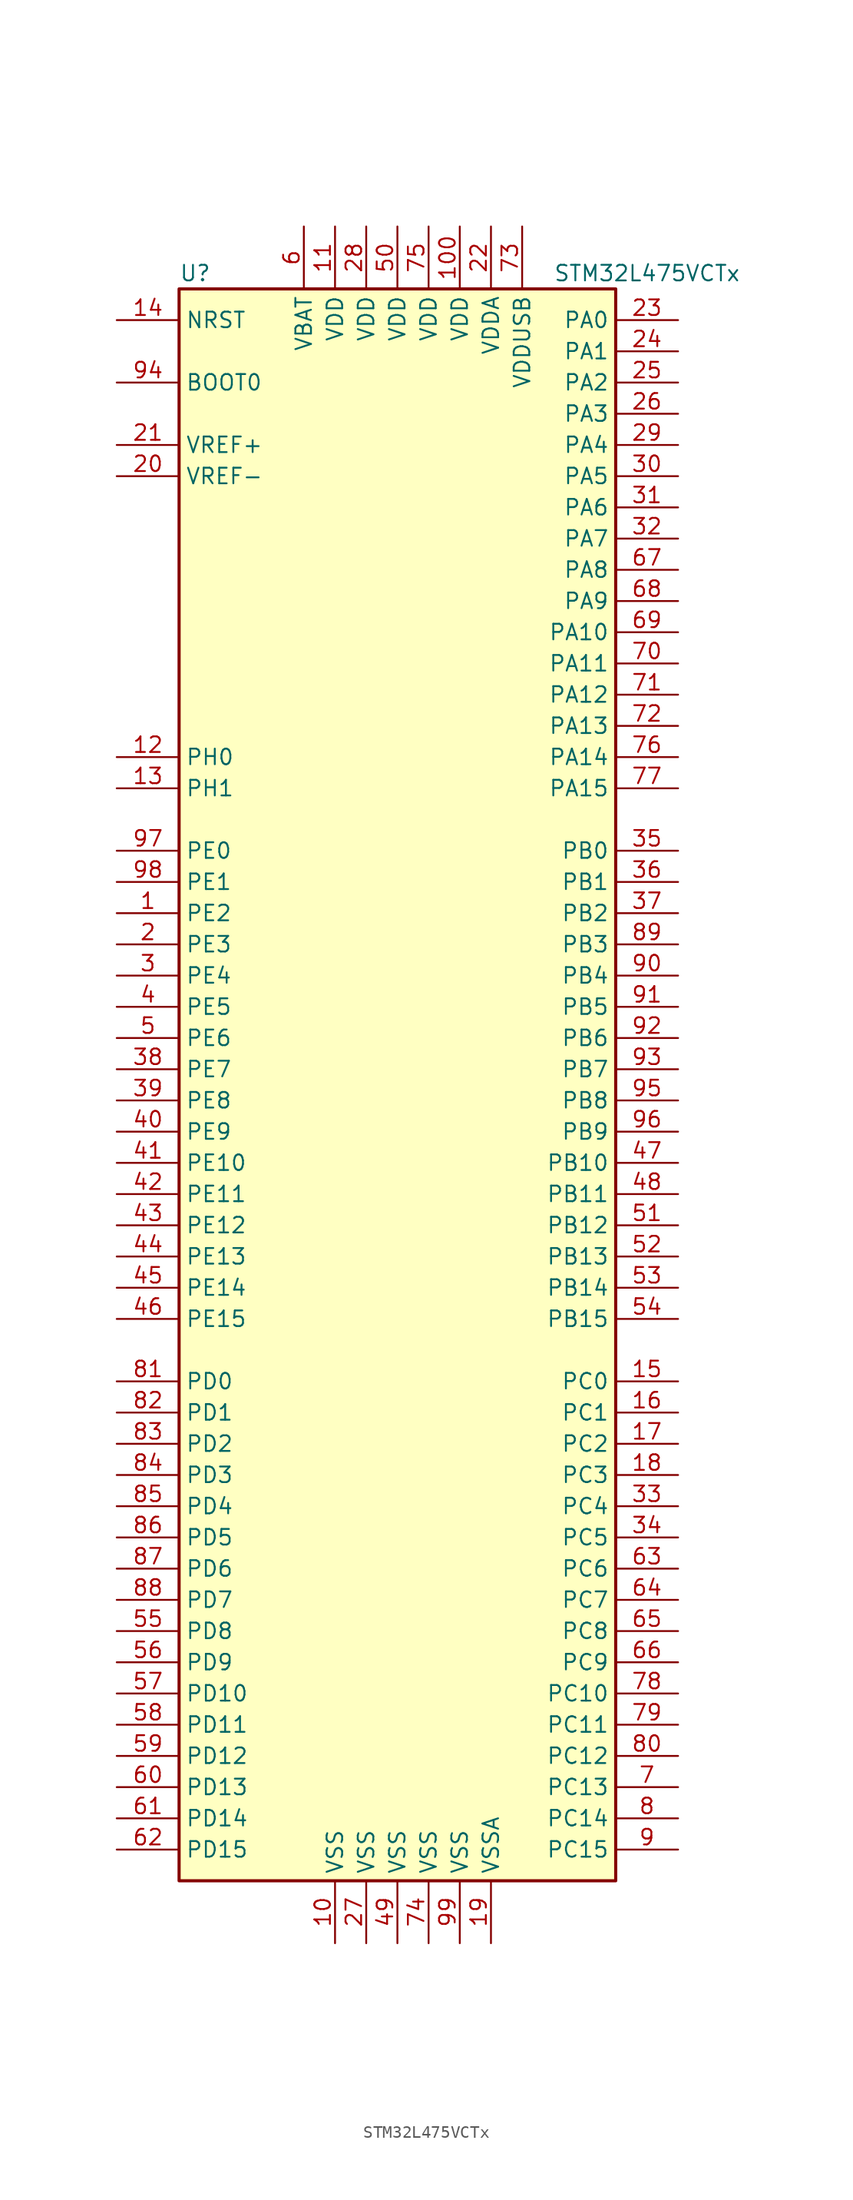
<source format=kicad_sym>
(kicad_symbol_lib
  (version 20220914)
  (generator kicad_symbol_editor)
  (symbol "STM32L475VCTx"
    (property "Reference" "U"
      (at -17.78 64.77 0)
      (effects (font (size 1.27 1.27)) (justify left)))
    (property "Value" "STM32L475VCTx"
      (at 12.7 64.77 0)
      (effects (font (size 1.27 1.27)) (justify left)))
    (symbol "STM32L475VCTx_0_1"
      (rectangle (start -17.78 -66.04) (end 17.78 63.5) (stroke (width 0.254) (type default)) (fill (type background))))
    (symbol "STM32L475VCTx_1_1"
      (pin bidirectional line (at -22.86 12.7 0) (length 5.08) (name "PE2" (effects (font (size 1.27 1.27)))) (number "1" (effects (font (size 1.27 1.27)))))
      (pin power_in line (at -5.08 -71.12 90) (length 5.08) (name "VSS" (effects (font (size 1.27 1.27)))) (number "10" (effects (font (size 1.27 1.27)))))
      (pin power_in line (at 5.08 68.58 270) (length 5.08) (name "VDD" (effects (font (size 1.27 1.27)))) (number "100" (effects (font (size 1.27 1.27)))))
      (pin power_in line (at -5.08 68.58 270) (length 5.08) (name "VDD" (effects (font (size 1.27 1.27)))) (number "11" (effects (font (size 1.27 1.27)))))
      (pin input line (at -22.86 25.4 0) (length 5.08) (name "PH0" (effects (font (size 1.27 1.27)))) (number "12" (effects (font (size 1.27 1.27)))))
      (pin input line (at -22.86 22.86 0) (length 5.08) (name "PH1" (effects (font (size 1.27 1.27)))) (number "13" (effects (font (size 1.27 1.27)))))
      (pin input line (at -22.86 60.96 0) (length 5.08) (name "NRST" (effects (font (size 1.27 1.27)))) (number "14" (effects (font (size 1.27 1.27)))))
      (pin bidirectional line (at 22.86 -25.4 180) (length 5.08) (name "PC0" (effects (font (size 1.27 1.27)))) (number "15" (effects (font (size 1.27 1.27)))))
      (pin bidirectional line (at 22.86 -27.94 180) (length 5.08) (name "PC1" (effects (font (size 1.27 1.27)))) (number "16" (effects (font (size 1.27 1.27)))))
      (pin bidirectional line (at 22.86 -30.48 180) (length 5.08) (name "PC2" (effects (font (size 1.27 1.27)))) (number "17" (effects (font (size 1.27 1.27)))))
      (pin bidirectional line (at 22.86 -33.02 180) (length 5.08) (name "PC3" (effects (font (size 1.27 1.27)))) (number "18" (effects (font (size 1.27 1.27)))))
      (pin power_in line (at 7.62 -71.12 90) (length 5.08) (name "VSSA" (effects (font (size 1.27 1.27)))) (number "19" (effects (font (size 1.27 1.27)))))
      (pin bidirectional line (at -22.86 10.16 0) (length 5.08) (name "PE3" (effects (font (size 1.27 1.27)))) (number "2" (effects (font (size 1.27 1.27)))))
      (pin power_in line (at -22.86 48.26 0) (length 5.08) (name "VREF-" (effects (font (size 1.27 1.27)))) (number "20" (effects (font (size 1.27 1.27)))))
      (pin bidirectional line (at -22.86 50.8 0) (length 5.08) (name "VREF+" (effects (font (size 1.27 1.27)))) (number "21" (effects (font (size 1.27 1.27)))))
      (pin power_in line (at 7.62 68.58 270) (length 5.08) (name "VDDA" (effects (font (size 1.27 1.27)))) (number "22" (effects (font (size 1.27 1.27)))))
      (pin bidirectional line (at 22.86 60.96 180) (length 5.08) (name "PA0" (effects (font (size 1.27 1.27)))) (number "23" (effects (font (size 1.27 1.27)))))
      (pin bidirectional line (at 22.86 58.42 180) (length 5.08) (name "PA1" (effects (font (size 1.27 1.27)))) (number "24" (effects (font (size 1.27 1.27)))))
      (pin bidirectional line (at 22.86 55.88 180) (length 5.08) (name "PA2" (effects (font (size 1.27 1.27)))) (number "25" (effects (font (size 1.27 1.27)))))
      (pin bidirectional line (at 22.86 53.34 180) (length 5.08) (name "PA3" (effects (font (size 1.27 1.27)))) (number "26" (effects (font (size 1.27 1.27)))))
      (pin power_in line (at -2.54 -71.12 90) (length 5.08) (name "VSS" (effects (font (size 1.27 1.27)))) (number "27" (effects (font (size 1.27 1.27)))))
      (pin power_in line (at -2.54 68.58 270) (length 5.08) (name "VDD" (effects (font (size 1.27 1.27)))) (number "28" (effects (font (size 1.27 1.27)))))
      (pin bidirectional line (at 22.86 50.8 180) (length 5.08) (name "PA4" (effects (font (size 1.27 1.27)))) (number "29" (effects (font (size 1.27 1.27)))))
      (pin bidirectional line (at -22.86 7.62 0) (length 5.08) (name "PE4" (effects (font (size 1.27 1.27)))) (number "3" (effects (font (size 1.27 1.27)))))
      (pin bidirectional line (at 22.86 48.26 180) (length 5.08) (name "PA5" (effects (font (size 1.27 1.27)))) (number "30" (effects (font (size 1.27 1.27)))))
      (pin bidirectional line (at 22.86 45.72 180) (length 5.08) (name "PA6" (effects (font (size 1.27 1.27)))) (number "31" (effects (font (size 1.27 1.27)))))
      (pin bidirectional line (at 22.86 43.18 180) (length 5.08) (name "PA7" (effects (font (size 1.27 1.27)))) (number "32" (effects (font (size 1.27 1.27)))))
      (pin bidirectional line (at 22.86 -35.56 180) (length 5.08) (name "PC4" (effects (font (size 1.27 1.27)))) (number "33" (effects (font (size 1.27 1.27)))))
      (pin bidirectional line (at 22.86 -38.1 180) (length 5.08) (name "PC5" (effects (font (size 1.27 1.27)))) (number "34" (effects (font (size 1.27 1.27)))))
      (pin bidirectional line (at 22.86 17.78 180) (length 5.08) (name "PB0" (effects (font (size 1.27 1.27)))) (number "35" (effects (font (size 1.27 1.27)))))
      (pin bidirectional line (at 22.86 15.24 180) (length 5.08) (name "PB1" (effects (font (size 1.27 1.27)))) (number "36" (effects (font (size 1.27 1.27)))))
      (pin bidirectional line (at 22.86 12.7 180) (length 5.08) (name "PB2" (effects (font (size 1.27 1.27)))) (number "37" (effects (font (size 1.27 1.27)))))
      (pin bidirectional line (at -22.86 0 0) (length 5.08) (name "PE7" (effects (font (size 1.27 1.27)))) (number "38" (effects (font (size 1.27 1.27)))))
      (pin bidirectional line (at -22.86 -2.54 0) (length 5.08) (name "PE8" (effects (font (size 1.27 1.27)))) (number "39" (effects (font (size 1.27 1.27)))))
      (pin bidirectional line (at -22.86 5.08 0) (length 5.08) (name "PE5" (effects (font (size 1.27 1.27)))) (number "4" (effects (font (size 1.27 1.27)))))
      (pin bidirectional line (at -22.86 -5.08 0) (length 5.08) (name "PE9" (effects (font (size 1.27 1.27)))) (number "40" (effects (font (size 1.27 1.27)))))
      (pin bidirectional line (at -22.86 -7.62 0) (length 5.08) (name "PE10" (effects (font (size 1.27 1.27)))) (number "41" (effects (font (size 1.27 1.27)))))
      (pin bidirectional line (at -22.86 -10.16 0) (length 5.08) (name "PE11" (effects (font (size 1.27 1.27)))) (number "42" (effects (font (size 1.27 1.27)))))
      (pin bidirectional line (at -22.86 -12.7 0) (length 5.08) (name "PE12" (effects (font (size 1.27 1.27)))) (number "43" (effects (font (size 1.27 1.27)))))
      (pin bidirectional line (at -22.86 -15.24 0) (length 5.08) (name "PE13" (effects (font (size 1.27 1.27)))) (number "44" (effects (font (size 1.27 1.27)))))
      (pin bidirectional line (at -22.86 -17.78 0) (length 5.08) (name "PE14" (effects (font (size 1.27 1.27)))) (number "45" (effects (font (size 1.27 1.27)))))
      (pin bidirectional line (at -22.86 -20.32 0) (length 5.08) (name "PE15" (effects (font (size 1.27 1.27)))) (number "46" (effects (font (size 1.27 1.27)))))
      (pin bidirectional line (at 22.86 -7.62 180) (length 5.08) (name "PB10" (effects (font (size 1.27 1.27)))) (number "47" (effects (font (size 1.27 1.27)))))
      (pin bidirectional line (at 22.86 -10.16 180) (length 5.08) (name "PB11" (effects (font (size 1.27 1.27)))) (number "48" (effects (font (size 1.27 1.27)))))
      (pin power_in line (at 0 -71.12 90) (length 5.08) (name "VSS" (effects (font (size 1.27 1.27)))) (number "49" (effects (font (size 1.27 1.27)))))
      (pin bidirectional line (at -22.86 2.54 0) (length 5.08) (name "PE6" (effects (font (size 1.27 1.27)))) (number "5" (effects (font (size 1.27 1.27)))))
      (pin power_in line (at 0 68.58 270) (length 5.08) (name "VDD" (effects (font (size 1.27 1.27)))) (number "50" (effects (font (size 1.27 1.27)))))
      (pin bidirectional line (at 22.86 -12.7 180) (length 5.08) (name "PB12" (effects (font (size 1.27 1.27)))) (number "51" (effects (font (size 1.27 1.27)))))
      (pin bidirectional line (at 22.86 -15.24 180) (length 5.08) (name "PB13" (effects (font (size 1.27 1.27)))) (number "52" (effects (font (size 1.27 1.27)))))
      (pin bidirectional line (at 22.86 -17.78 180) (length 5.08) (name "PB14" (effects (font (size 1.27 1.27)))) (number "53" (effects (font (size 1.27 1.27)))))
      (pin bidirectional line (at 22.86 -20.32 180) (length 5.08) (name "PB15" (effects (font (size 1.27 1.27)))) (number "54" (effects (font (size 1.27 1.27)))))
      (pin bidirectional line (at -22.86 -45.72 0) (length 5.08) (name "PD8" (effects (font (size 1.27 1.27)))) (number "55" (effects (font (size 1.27 1.27)))))
      (pin bidirectional line (at -22.86 -48.26 0) (length 5.08) (name "PD9" (effects (font (size 1.27 1.27)))) (number "56" (effects (font (size 1.27 1.27)))))
      (pin bidirectional line (at -22.86 -50.8 0) (length 5.08) (name "PD10" (effects (font (size 1.27 1.27)))) (number "57" (effects (font (size 1.27 1.27)))))
      (pin bidirectional line (at -22.86 -53.34 0) (length 5.08) (name "PD11" (effects (font (size 1.27 1.27)))) (number "58" (effects (font (size 1.27 1.27)))))
      (pin bidirectional line (at -22.86 -55.88 0) (length 5.08) (name "PD12" (effects (font (size 1.27 1.27)))) (number "59" (effects (font (size 1.27 1.27)))))
      (pin power_in line (at -7.62 68.58 270) (length 5.08) (name "VBAT" (effects (font (size 1.27 1.27)))) (number "6" (effects (font (size 1.27 1.27)))))
      (pin bidirectional line (at -22.86 -58.42 0) (length 5.08) (name "PD13" (effects (font (size 1.27 1.27)))) (number "60" (effects (font (size 1.27 1.27)))))
      (pin bidirectional line (at -22.86 -60.96 0) (length 5.08) (name "PD14" (effects (font (size 1.27 1.27)))) (number "61" (effects (font (size 1.27 1.27)))))
      (pin bidirectional line (at -22.86 -63.5 0) (length 5.08) (name "PD15" (effects (font (size 1.27 1.27)))) (number "62" (effects (font (size 1.27 1.27)))))
      (pin bidirectional line (at 22.86 -40.64 180) (length 5.08) (name "PC6" (effects (font (size 1.27 1.27)))) (number "63" (effects (font (size 1.27 1.27)))))
      (pin bidirectional line (at 22.86 -43.18 180) (length 5.08) (name "PC7" (effects (font (size 1.27 1.27)))) (number "64" (effects (font (size 1.27 1.27)))))
      (pin bidirectional line (at 22.86 -45.72 180) (length 5.08) (name "PC8" (effects (font (size 1.27 1.27)))) (number "65" (effects (font (size 1.27 1.27)))))
      (pin bidirectional line (at 22.86 -48.26 180) (length 5.08) (name "PC9" (effects (font (size 1.27 1.27)))) (number "66" (effects (font (size 1.27 1.27)))))
      (pin bidirectional line (at 22.86 40.64 180) (length 5.08) (name "PA8" (effects (font (size 1.27 1.27)))) (number "67" (effects (font (size 1.27 1.27)))))
      (pin bidirectional line (at 22.86 38.1 180) (length 5.08) (name "PA9" (effects (font (size 1.27 1.27)))) (number "68" (effects (font (size 1.27 1.27)))))
      (pin bidirectional line (at 22.86 35.56 180) (length 5.08) (name "PA10" (effects (font (size 1.27 1.27)))) (number "69" (effects (font (size 1.27 1.27)))))
      (pin bidirectional line (at 22.86 -58.42 180) (length 5.08) (name "PC13" (effects (font (size 1.27 1.27)))) (number "7" (effects (font (size 1.27 1.27)))))
      (pin bidirectional line (at 22.86 33.02 180) (length 5.08) (name "PA11" (effects (font (size 1.27 1.27)))) (number "70" (effects (font (size 1.27 1.27)))))
      (pin bidirectional line (at 22.86 30.48 180) (length 5.08) (name "PA12" (effects (font (size 1.27 1.27)))) (number "71" (effects (font (size 1.27 1.27)))))
      (pin bidirectional line (at 22.86 27.94 180) (length 5.08) (name "PA13" (effects (font (size 1.27 1.27)))) (number "72" (effects (font (size 1.27 1.27)))))
      (pin power_in line (at 10.16 68.58 270) (length 5.08) (name "VDDUSB" (effects (font (size 1.27 1.27)))) (number "73" (effects (font (size 1.27 1.27)))))
      (pin power_in line (at 2.54 -71.12 90) (length 5.08) (name "VSS" (effects (font (size 1.27 1.27)))) (number "74" (effects (font (size 1.27 1.27)))))
      (pin power_in line (at 2.54 68.58 270) (length 5.08) (name "VDD" (effects (font (size 1.27 1.27)))) (number "75" (effects (font (size 1.27 1.27)))))
      (pin bidirectional line (at 22.86 25.4 180) (length 5.08) (name "PA14" (effects (font (size 1.27 1.27)))) (number "76" (effects (font (size 1.27 1.27)))))
      (pin bidirectional line (at 22.86 22.86 180) (length 5.08) (name "PA15" (effects (font (size 1.27 1.27)))) (number "77" (effects (font (size 1.27 1.27)))))
      (pin bidirectional line (at 22.86 -50.8 180) (length 5.08) (name "PC10" (effects (font (size 1.27 1.27)))) (number "78" (effects (font (size 1.27 1.27)))))
      (pin bidirectional line (at 22.86 -53.34 180) (length 5.08) (name "PC11" (effects (font (size 1.27 1.27)))) (number "79" (effects (font (size 1.27 1.27)))))
      (pin bidirectional line (at 22.86 -60.96 180) (length 5.08) (name "PC14" (effects (font (size 1.27 1.27)))) (number "8" (effects (font (size 1.27 1.27)))))
      (pin bidirectional line (at 22.86 -55.88 180) (length 5.08) (name "PC12" (effects (font (size 1.27 1.27)))) (number "80" (effects (font (size 1.27 1.27)))))
      (pin bidirectional line (at -22.86 -25.4 0) (length 5.08) (name "PD0" (effects (font (size 1.27 1.27)))) (number "81" (effects (font (size 1.27 1.27)))))
      (pin bidirectional line (at -22.86 -27.94 0) (length 5.08) (name "PD1" (effects (font (size 1.27 1.27)))) (number "82" (effects (font (size 1.27 1.27)))))
      (pin bidirectional line (at -22.86 -30.48 0) (length 5.08) (name "PD2" (effects (font (size 1.27 1.27)))) (number "83" (effects (font (size 1.27 1.27)))))
      (pin bidirectional line (at -22.86 -33.02 0) (length 5.08) (name "PD3" (effects (font (size 1.27 1.27)))) (number "84" (effects (font (size 1.27 1.27)))))
      (pin bidirectional line (at -22.86 -35.56 0) (length 5.08) (name "PD4" (effects (font (size 1.27 1.27)))) (number "85" (effects (font (size 1.27 1.27)))))
      (pin bidirectional line (at -22.86 -38.1 0) (length 5.08) (name "PD5" (effects (font (size 1.27 1.27)))) (number "86" (effects (font (size 1.27 1.27)))))
      (pin bidirectional line (at -22.86 -40.64 0) (length 5.08) (name "PD6" (effects (font (size 1.27 1.27)))) (number "87" (effects (font (size 1.27 1.27)))))
      (pin bidirectional line (at -22.86 -43.18 0) (length 5.08) (name "PD7" (effects (font (size 1.27 1.27)))) (number "88" (effects (font (size 1.27 1.27)))))
      (pin bidirectional line (at 22.86 10.16 180) (length 5.08) (name "PB3" (effects (font (size 1.27 1.27)))) (number "89" (effects (font (size 1.27 1.27)))))
      (pin bidirectional line (at 22.86 -63.5 180) (length 5.08) (name "PC15" (effects (font (size 1.27 1.27)))) (number "9" (effects (font (size 1.27 1.27)))))
      (pin bidirectional line (at 22.86 7.62 180) (length 5.08) (name "PB4" (effects (font (size 1.27 1.27)))) (number "90" (effects (font (size 1.27 1.27)))))
      (pin bidirectional line (at 22.86 5.08 180) (length 5.08) (name "PB5" (effects (font (size 1.27 1.27)))) (number "91" (effects (font (size 1.27 1.27)))))
      (pin bidirectional line (at 22.86 2.54 180) (length 5.08) (name "PB6" (effects (font (size 1.27 1.27)))) (number "92" (effects (font (size 1.27 1.27)))))
      (pin bidirectional line (at 22.86 0 180) (length 5.08) (name "PB7" (effects (font (size 1.27 1.27)))) (number "93" (effects (font (size 1.27 1.27)))))
      (pin input line (at -22.86 55.88 0) (length 5.08) (name "BOOT0" (effects (font (size 1.27 1.27)))) (number "94" (effects (font (size 1.27 1.27)))))
      (pin bidirectional line (at 22.86 -2.54 180) (length 5.08) (name "PB8" (effects (font (size 1.27 1.27)))) (number "95" (effects (font (size 1.27 1.27)))))
      (pin bidirectional line (at 22.86 -5.08 180) (length 5.08) (name "PB9" (effects (font (size 1.27 1.27)))) (number "96" (effects (font (size 1.27 1.27)))))
      (pin bidirectional line (at -22.86 17.78 0) (length 5.08) (name "PE0" (effects (font (size 1.27 1.27)))) (number "97" (effects (font (size 1.27 1.27)))))
      (pin bidirectional line (at -22.86 15.24 0) (length 5.08) (name "PE1" (effects (font (size 1.27 1.27)))) (number "98" (effects (font (size 1.27 1.27)))))
      (pin power_in line (at 5.08 -71.12 90) (length 5.08) (name "VSS" (effects (font (size 1.27 1.27)))) (number "99" (effects (font (size 1.27 1.27))))))))
</source>
